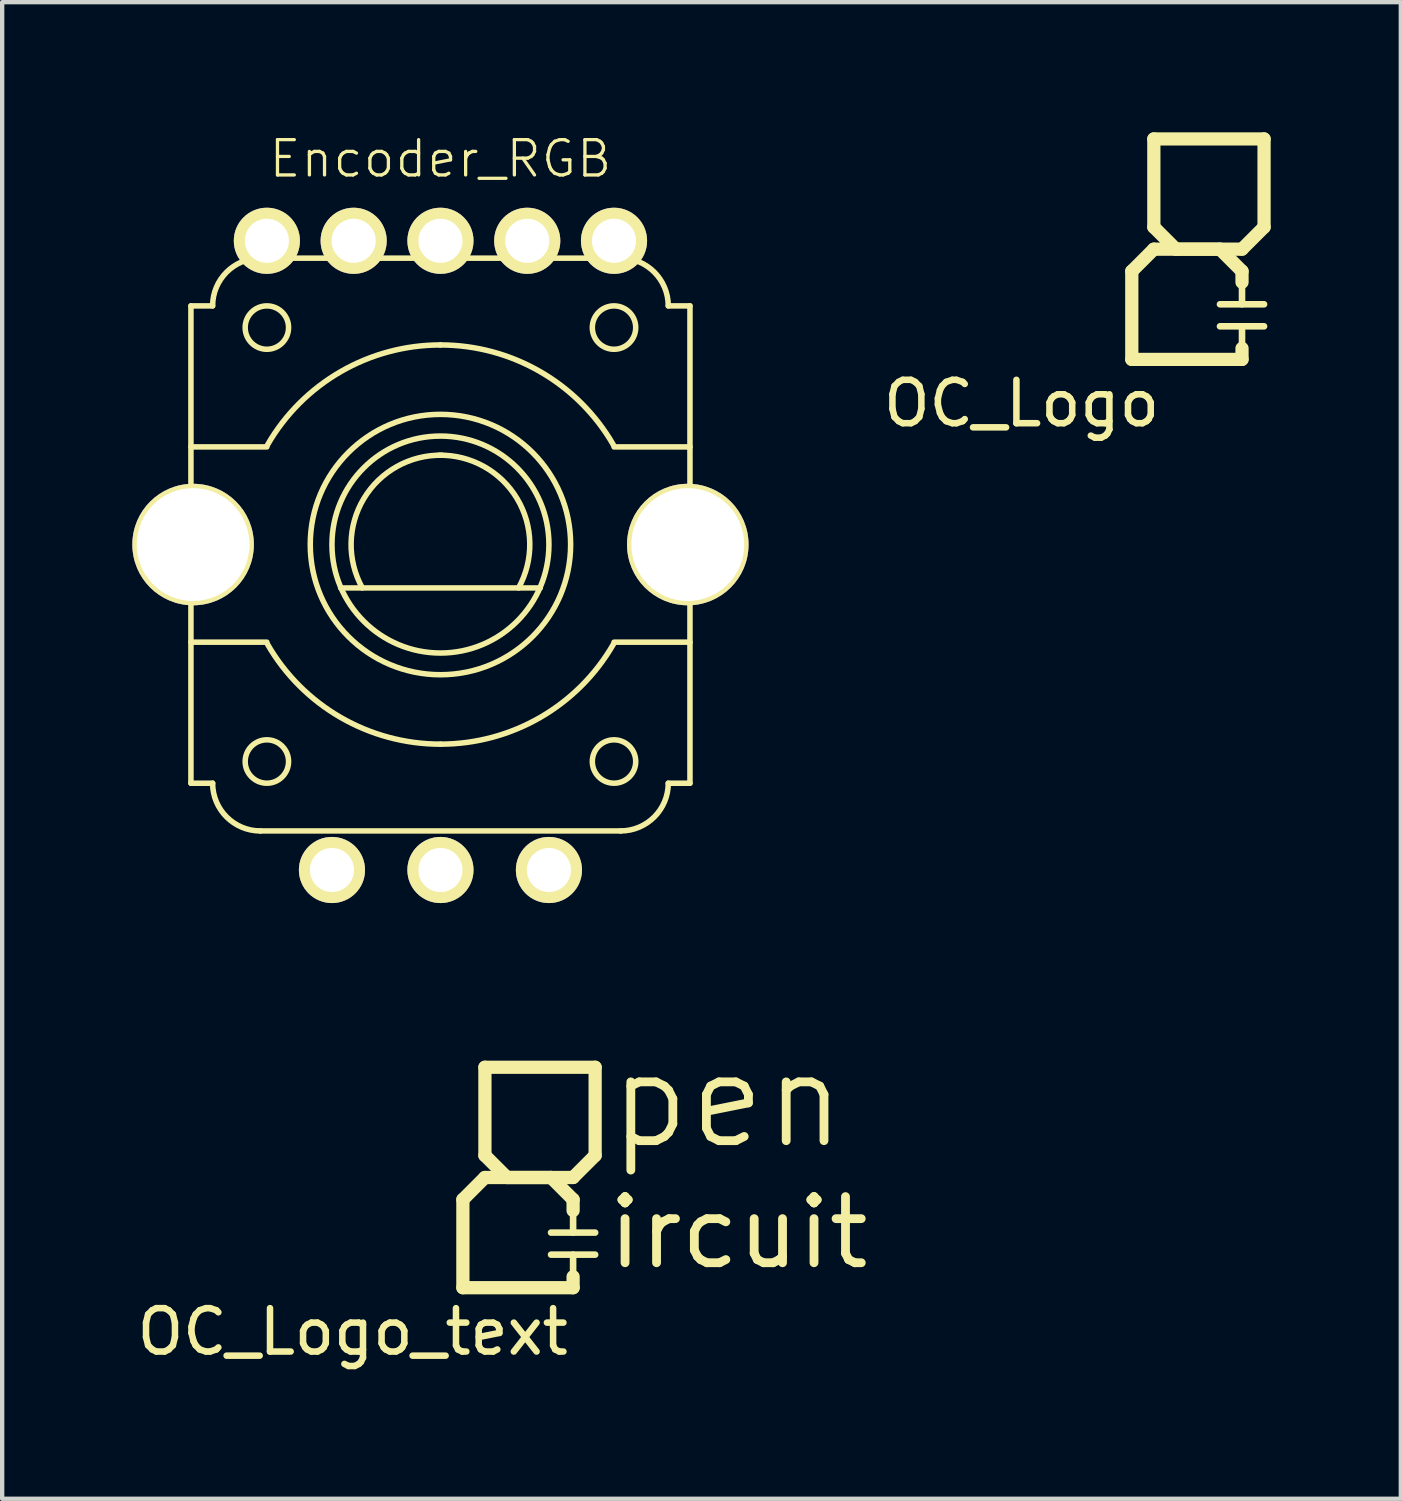
<source format=kicad_pcb>
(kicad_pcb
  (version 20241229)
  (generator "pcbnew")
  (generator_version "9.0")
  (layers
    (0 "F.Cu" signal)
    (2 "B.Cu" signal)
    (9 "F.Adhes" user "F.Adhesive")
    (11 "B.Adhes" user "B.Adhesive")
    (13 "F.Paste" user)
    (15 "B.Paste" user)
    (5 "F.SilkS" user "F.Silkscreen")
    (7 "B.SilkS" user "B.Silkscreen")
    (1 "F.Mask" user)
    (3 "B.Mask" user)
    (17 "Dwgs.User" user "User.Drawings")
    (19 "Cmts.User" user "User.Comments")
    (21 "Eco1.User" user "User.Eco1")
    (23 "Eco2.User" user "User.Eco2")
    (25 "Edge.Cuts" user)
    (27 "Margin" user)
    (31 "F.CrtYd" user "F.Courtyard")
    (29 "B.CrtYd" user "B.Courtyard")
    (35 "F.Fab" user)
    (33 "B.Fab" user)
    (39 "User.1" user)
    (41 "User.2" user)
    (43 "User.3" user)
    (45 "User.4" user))
  (footprint "OC_Logo_text"
    (layer "F.Cu")
    (at 9.141 24.085)
    (property "Reference" "OC_Logo_text" (at -4.064 3.556 0) (layer "F.SilkS") (effects (font (size 1 1) (thickness 0.15))))
    (attr through_hole)
    (fp_line (start -1.524 0.508) (end -1.524 2.54) (stroke (width 0.305) (type solid)) (layer "F.SilkS"))
    (fp_line (start -1.524 2.54) (end 1.016 2.54) (stroke (width 0.305) (type solid)) (layer "F.SilkS"))
    (fp_line (start -1.016 -2.54) (end 1.524 -2.54) (stroke (width 0.305) (type solid)) (layer "F.SilkS"))
    (fp_line (start -1.016 -0.508) (end -1.016 -2.54) (stroke (width 0.305) (type solid)) (layer "F.SilkS"))
    (fp_line (start -1.016 0) (end -1.524 0.508) (stroke (width 0.305) (type solid)) (layer "F.SilkS"))
    (fp_line (start -0.508 0) (end -1.016 -0.508) (stroke (width 0.305) (type solid)) (layer "F.SilkS"))
    (fp_line (start 0.508 0) (end -0.508 0) (stroke (width 0.305) (type solid)) (layer "F.SilkS"))
    (fp_line (start 0.508 1.27) (end 1.524 1.27) (stroke (width 0.152) (type solid)) (layer "F.SilkS"))
    (fp_line (start 1.016 0) (end -1.016 0) (stroke (width 0.305) (type solid)) (layer "F.SilkS"))
    (fp_line (start 1.016 0.508) (end 0.508 0) (stroke (width 0.305) (type solid)) (layer "F.SilkS"))
    (fp_line (start 1.016 0.508) (end 1.016 0.762) (stroke (width 0.305) (type solid)) (layer "F.SilkS"))
    (fp_line (start 1.016 0.762) (end 1.016 1.27) (stroke (width 0.152) (type solid)) (layer "F.SilkS"))
    (fp_line (start 1.016 2.286) (end 1.016 1.778) (stroke (width 0.152) (type solid)) (layer "F.SilkS"))
    (fp_line (start 1.016 2.54) (end 1.016 2.286) (stroke (width 0.305) (type solid)) (layer "F.SilkS"))
    (fp_line (start 1.524 -2.54) (end 1.524 -0.508) (stroke (width 0.305) (type solid)) (layer "F.SilkS"))
    (fp_line (start 1.524 -0.508) (end 1.016 0) (stroke (width 0.305) (type solid)) (layer "F.SilkS"))
    (fp_line (start 1.524 1.778) (end 0.508 1.778) (stroke (width 0.152) (type solid)) (layer "F.SilkS"))
    (fp_text user "pen" (at 4.572 -1.778 0) (layer "F.SilkS") (effects (font (size 2.032 2.032) (thickness 0.203))))
    (fp_text user "ircuit" (at 4.826 1.27 0) (layer "F.SilkS") (effects (font (size 1.524 1.524) (thickness 0.203)))))
  (footprint "OC_Logo"
    (layer "F.Cu")
    (at 24.556 2.692)
    (property "Reference" "OC_Logo" (at -4.064 3.556 0) (layer "F.SilkS") (effects (font (size 1 1) (thickness 0.15))))
    (attr through_hole)
    (fp_line (start -1.524 0.508) (end -1.524 2.54) (stroke (width 0.305) (type solid)) (layer "F.SilkS"))
    (fp_line (start -1.524 2.54) (end 1.016 2.54) (stroke (width 0.305) (type solid)) (layer "F.SilkS"))
    (fp_line (start -1.016 -2.54) (end 1.524 -2.54) (stroke (width 0.305) (type solid)) (layer "F.SilkS"))
    (fp_line (start -1.016 -0.508) (end -1.016 -2.54) (stroke (width 0.305) (type solid)) (layer "F.SilkS"))
    (fp_line (start -1.016 0) (end -1.524 0.508) (stroke (width 0.305) (type solid)) (layer "F.SilkS"))
    (fp_line (start -0.508 0) (end -1.016 -0.508) (stroke (width 0.305) (type solid)) (layer "F.SilkS"))
    (fp_line (start 0.508 0) (end -0.508 0) (stroke (width 0.305) (type solid)) (layer "F.SilkS"))
    (fp_line (start 0.508 1.27) (end 1.524 1.27) (stroke (width 0.152) (type solid)) (layer "F.SilkS"))
    (fp_line (start 1.016 0) (end -1.016 0) (stroke (width 0.305) (type solid)) (layer "F.SilkS"))
    (fp_line (start 1.016 0.508) (end 0.508 0) (stroke (width 0.305) (type solid)) (layer "F.SilkS"))
    (fp_line (start 1.016 0.508) (end 1.016 0.762) (stroke (width 0.305) (type solid)) (layer "F.SilkS"))
    (fp_line (start 1.016 0.762) (end 1.016 1.27) (stroke (width 0.152) (type solid)) (layer "F.SilkS"))
    (fp_line (start 1.016 2.286) (end 1.016 1.778) (stroke (width 0.152) (type solid)) (layer "F.SilkS"))
    (fp_line (start 1.016 2.54) (end 1.016 2.286) (stroke (width 0.305) (type solid)) (layer "F.SilkS"))
    (fp_line (start 1.524 -2.54) (end 1.524 -0.508) (stroke (width 0.305) (type solid)) (layer "F.SilkS"))
    (fp_line (start 1.524 -0.508) (end 1.016 0) (stroke (width 0.305) (type solid)) (layer "F.SilkS"))
    (fp_line (start 1.524 1.778) (end 0.508 1.778) (stroke (width 0.152) (type solid)) (layer "F.SilkS")))
  (footprint "Encoder_RGB"
    (layer "F.Cu")
    (at 7.1 9.499)
    (property "Reference" "Encoder_RGB" (at 0 -8.89 0) (layer "F.SilkS") (effects (font (size 0.813 0.813) (thickness 0.076))))
    (attr through_hole)
    (fp_line (start -5.75 -5.5) (end -5.75 5.5) (stroke (width 0.127) (type solid)) (layer "F.SilkS"))
    (fp_line (start -5.75 -5.5) (end -5.25 -5.5) (stroke (width 0.127) (type solid)) (layer "F.SilkS"))
    (fp_line (start -5.75 -2.25) (end -4 -2.25) (stroke (width 0.127) (type solid)) (layer "F.SilkS"))
    (fp_line (start -5.75 2.25) (end -4 2.25) (stroke (width 0.127) (type solid)) (layer "F.SilkS"))
    (fp_line (start -5.75 5.5) (end -5.25 5.5) (stroke (width 0.127) (type solid)) (layer "F.SilkS"))
    (fp_line (start -4.15 -6.6) (end 4.15 -6.6) (stroke (width 0.127) (type solid)) (layer "F.SilkS"))
    (fp_line (start -4.15 6.6) (end 4.15 6.6) (stroke (width 0.127) (type solid)) (layer "F.SilkS"))
    (fp_line (start -2.3 1) (end 2.3 1) (stroke (width 0.127) (type solid)) (layer "F.SilkS"))
    (fp_line (start 5.75 -5.5) (end 5.25 -5.5) (stroke (width 0.127) (type solid)) (layer "F.SilkS"))
    (fp_line (start 5.75 -5.5) (end 5.75 5.5) (stroke (width 0.127) (type solid)) (layer "F.SilkS"))
    (fp_line (start 5.75 -2.25) (end 4 -2.25) (stroke (width 0.127) (type solid)) (layer "F.SilkS"))
    (fp_line (start 5.75 2.25) (end 4 2.25) (stroke (width 0.127) (type solid)) (layer "F.SilkS"))
    (fp_line (start 5.75 5.5) (end 5.25 5.5) (stroke (width 0.127) (type solid)) (layer "F.SilkS"))
    (fp_arc (start -5.25 -5.5) (mid -4.927817 -6.277817) (end -4.15 -6.6) (stroke (width 0.127) (type solid)) (layer "F.SilkS"))
    (fp_arc (start -4.15 6.6) (mid -4.927817 6.277817) (end -5.25 5.5) (stroke (width 0.127) (type solid)) (layer "F.SilkS"))
    (fp_arc (start -3.983717 -2.3) (mid -2.3 -3.983717) (end 0 -4.6) (stroke (width 0.127) (type solid)) (layer "F.SilkS"))
    (fp_arc (start -1.8 1) (mid -1.766025 -1.058846) (end 0.033975 -2.058846) (stroke (width 0.127) (type solid)) (layer "F.SilkS"))
    (fp_arc (start -0.033975 -2.058846) (mid 1.766026 -1.058846) (end 1.8 1) (stroke (width 0.127) (type solid)) (layer "F.SilkS"))
    (fp_arc (start 0 -4.6) (mid 2.3 -3.983717) (end 3.983717 -2.3) (stroke (width 0.127) (type solid)) (layer "F.SilkS"))
    (fp_arc (start 0 4.6) (mid -2.3 3.983717) (end -3.983717 2.3) (stroke (width 0.127) (type solid)) (layer "F.SilkS"))
    (fp_arc (start 3.983717 2.3) (mid 2.3 3.983717) (end 0 4.6) (stroke (width 0.127) (type solid)) (layer "F.SilkS"))
    (fp_arc (start 4.15 -6.6) (mid 4.927817 -6.277817) (end 5.25 -5.5) (stroke (width 0.127) (type solid)) (layer "F.SilkS"))
    (fp_arc (start 5.25 5.5) (mid 4.927817 6.277817) (end 4.15 6.6) (stroke (width 0.127) (type solid)) (layer "F.SilkS"))
    (fp_circle (center -4 -5) (end -4 -5.5) (stroke (width 0.127) (type solid)) (fill no) (layer "F.SilkS"))
    (fp_circle (center -4 5) (end -4 4.5) (stroke (width 0.127) (type solid)) (fill no) (layer "F.SilkS"))
    (fp_circle (center 0 0) (end 0 -3) (stroke (width 0.127) (type solid)) (fill no) (layer "F.SilkS"))
    (fp_circle (center 0 0) (end 0 -2.5) (stroke (width 0.127) (type solid)) (fill no) (layer "F.SilkS"))
    (fp_circle (center 4 -5) (end 4 -5.5) (stroke (width 0.127) (type solid)) (fill no) (layer "F.SilkS"))
    (fp_circle (center 4 5) (end 4 4.5) (stroke (width 0.127) (type solid)) (fill no) (layer "F.SilkS"))
    (pad "" thru_hole circle (at -5.7 0) (size 2.8 2.8) (drill 2.6) (layers "*.Cu" "*.Mask" "F.SilkS"))
    (pad "" thru_hole circle (at 5.7 0) (size 2.8 2.8) (drill 2.6) (layers "*.Cu" "*.Mask" "F.SilkS"))
    (pad "1" thru_hole circle (at -4 -7) (size 1.524 1.524) (drill 1.016) (layers "*.Cu" "*.Mask" "F.SilkS"))
    (pad "2" thru_hole circle (at -2 -7) (size 1.524 1.524) (drill 1.016) (layers "*.Cu" "*.Mask" "F.SilkS"))
    (pad "3" thru_hole circle (at 0 -7) (size 1.524 1.524) (drill 1.016) (layers "*.Cu" "*.Mask" "F.SilkS"))
    (pad "4" thru_hole circle (at 2 -7) (size 1.524 1.524) (drill 1.016) (layers "*.Cu" "*.Mask" "F.SilkS"))
    (pad "5" thru_hole circle (at 4 -7) (size 1.524 1.524) (drill 1.016) (layers "*.Cu" "*.Mask" "F.SilkS"))
    (pad "A" thru_hole circle (at -2.5 7.5) (size 1.524 1.524) (drill 1.016) (layers "*.Cu" "*.Mask" "F.SilkS"))
    (pad "C" thru_hole circle (at 0 7.5) (size 1.524 1.524) (drill 1.016) (layers "*.Cu" "*.Mask" "F.SilkS"))
    (pad "D" thru_hole circle (at 2.5 7.5) (size 1.524 1.524) (drill 1.016) (layers "*.Cu" "*.Mask" "F.SilkS")))
  (gr_rect
    (start -3 -3)
    (end 29.232 31.489)
    (stroke (width 0.1) (type default))
    (fill no)
    (layer "Edge.Cuts")))
</source>
